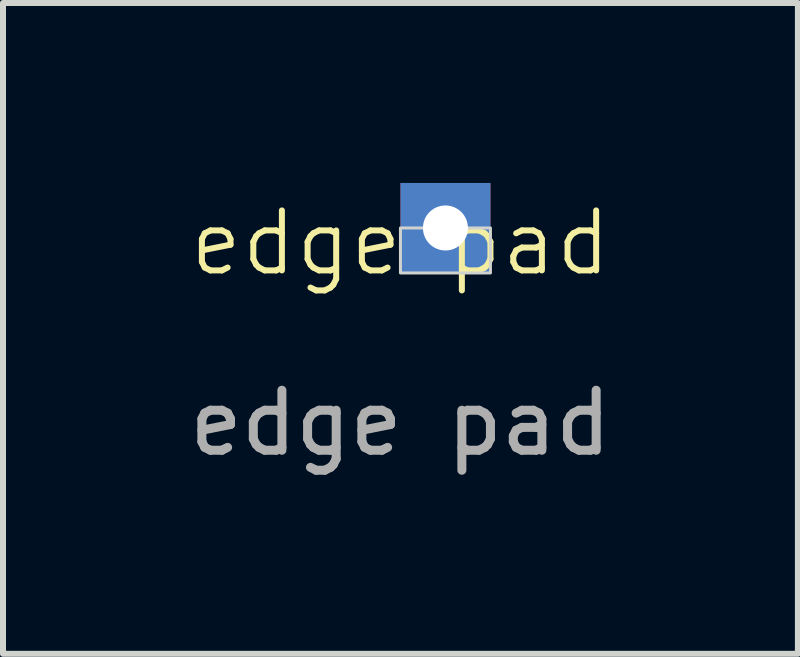
<source format=kicad_pcb>
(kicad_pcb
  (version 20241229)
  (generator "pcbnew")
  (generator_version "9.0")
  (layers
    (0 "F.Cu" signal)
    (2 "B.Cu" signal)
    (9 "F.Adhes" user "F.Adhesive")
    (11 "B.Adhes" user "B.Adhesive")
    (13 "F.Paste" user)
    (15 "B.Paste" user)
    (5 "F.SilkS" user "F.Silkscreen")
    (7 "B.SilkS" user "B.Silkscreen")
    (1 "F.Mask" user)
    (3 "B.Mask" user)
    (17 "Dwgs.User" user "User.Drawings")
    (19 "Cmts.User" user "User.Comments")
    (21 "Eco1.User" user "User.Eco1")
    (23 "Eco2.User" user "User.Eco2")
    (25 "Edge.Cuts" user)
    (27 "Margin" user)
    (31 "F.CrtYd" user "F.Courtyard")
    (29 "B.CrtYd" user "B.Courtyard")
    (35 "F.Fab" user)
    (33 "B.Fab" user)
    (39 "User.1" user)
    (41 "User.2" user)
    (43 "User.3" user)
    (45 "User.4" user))
  (footprint "edge pad"
    (layer "F.Cu")
    (at 3.625 1.5)
    (property "Reference" "edge pad" (at 0 -0.5 0) (unlocked yes) (layer "F.SilkS") (effects (font (size 1 1) (thickness 0.1))))
    (attr through_hole)
    (fp_rect (start 0 -0.75) (end 1.5 0) (stroke (width 0.05) (type default)) (fill no) (layer "Edge.Cuts"))
    (fp_text user "${REFERENCE}" (at 0 2.5 0) (unlocked yes) (layer "F.Fab") (effects (font (size 1 1) (thickness 0.15))))
    (pad "1" thru_hole rect (at 0.75 -0.75) (size 1.5 1.5) (drill 0.75) (layers "*.Cu" "*.Mask")))
  (gr_rect
    (start -3 -3)
    (end 10.25 7.848)
    (stroke (width 0.1) (type default))
    (fill no)
    (layer "Edge.Cuts")))
</source>
